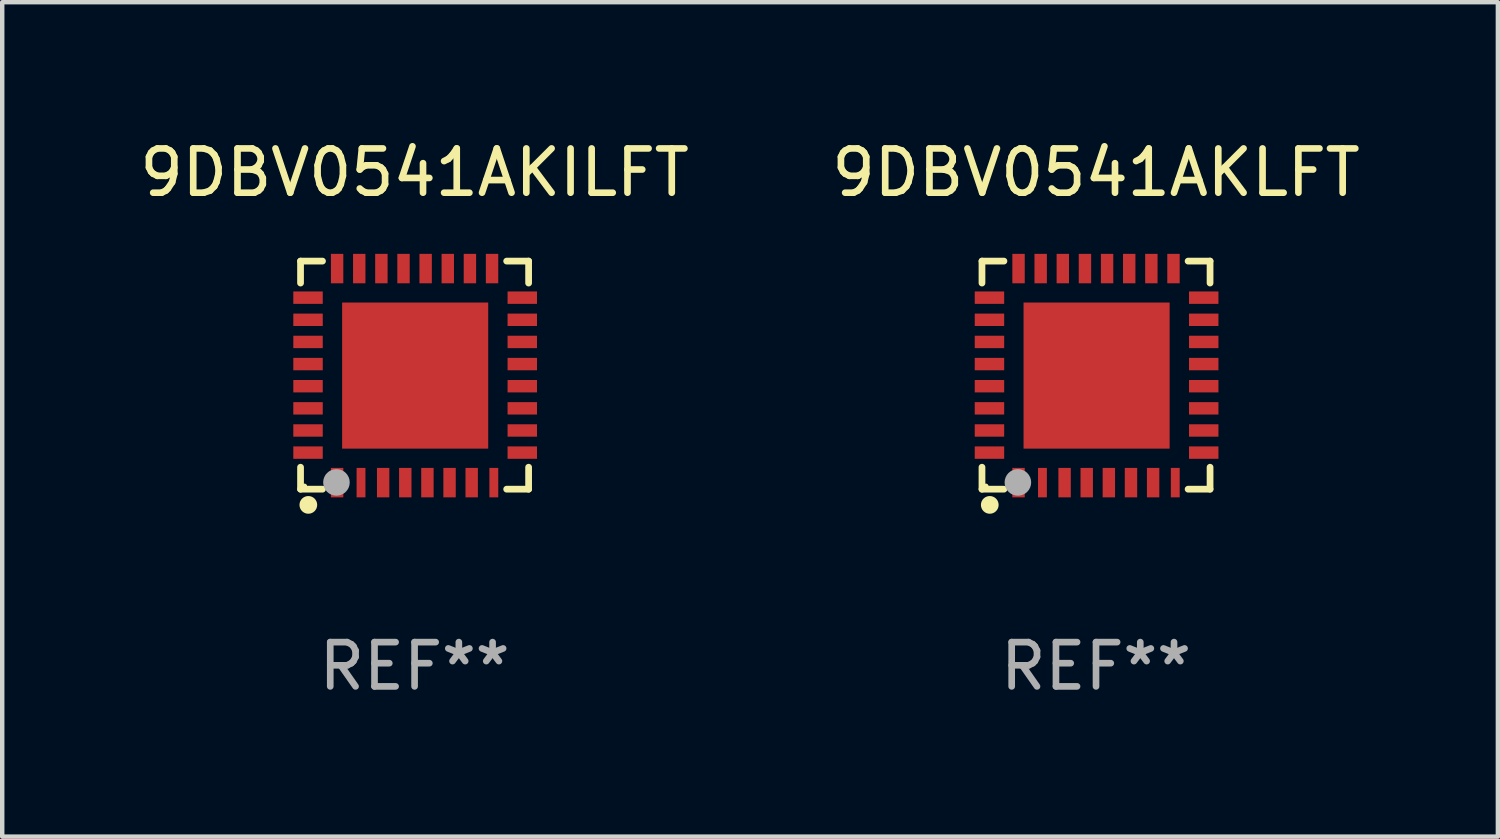
<source format=kicad_pcb>
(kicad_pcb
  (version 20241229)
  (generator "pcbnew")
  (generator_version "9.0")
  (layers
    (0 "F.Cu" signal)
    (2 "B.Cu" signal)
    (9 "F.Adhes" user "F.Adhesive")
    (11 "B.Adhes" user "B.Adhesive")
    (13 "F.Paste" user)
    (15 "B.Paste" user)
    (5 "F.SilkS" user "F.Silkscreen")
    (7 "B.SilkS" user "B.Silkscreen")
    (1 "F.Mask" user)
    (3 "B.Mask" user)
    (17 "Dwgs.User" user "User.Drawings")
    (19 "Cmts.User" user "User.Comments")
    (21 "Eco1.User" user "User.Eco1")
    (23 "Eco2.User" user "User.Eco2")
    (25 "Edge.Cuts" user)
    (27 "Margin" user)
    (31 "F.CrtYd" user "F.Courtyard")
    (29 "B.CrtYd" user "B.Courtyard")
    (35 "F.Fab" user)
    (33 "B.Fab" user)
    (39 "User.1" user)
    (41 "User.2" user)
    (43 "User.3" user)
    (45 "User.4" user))
  (footprint "9DBV0541AKLFT"
    (layer "F.Cu")
    (at 21.708 5.424)
    (property "Reference" "9DBV0541AKLFT" (at 0 -4.576 0) (layer "F.SilkS") (effects (font (size 1 1) (thickness 0.15))))
    (attr through_hole)
    (fp_line (start -2.576 -2.576) (end -2.576 -2.08) (stroke (width 0.152) (type solid)) (layer "F.SilkS"))
    (fp_line (start -2.576 2.576) (end -2.576 2.08) (stroke (width 0.152) (type solid)) (layer "F.SilkS"))
    (fp_line (start -2.08 -2.576) (end -2.576 -2.576) (stroke (width 0.152) (type solid)) (layer "F.SilkS"))
    (fp_line (start -2.08 2.576) (end -2.576 2.576) (stroke (width 0.152) (type solid)) (layer "F.SilkS"))
    (fp_line (start 2.08 -2.576) (end 2.576 -2.576) (stroke (width 0.152) (type solid)) (layer "F.SilkS"))
    (fp_line (start 2.08 2.576) (end 2.576 2.576) (stroke (width 0.152) (type solid)) (layer "F.SilkS"))
    (fp_line (start 2.576 -2.576) (end 2.576 -2.08) (stroke (width 0.152) (type solid)) (layer "F.SilkS"))
    (fp_line (start 2.576 2.576) (end 2.576 2.08) (stroke (width 0.152) (type solid)) (layer "F.SilkS"))
    (fp_circle (center -2.487 2.51) (end -2.457 2.51) (stroke (width 0.06) (type solid)) (fill no) (layer "F.SilkS"))
    (fp_circle (center -2.4 2.931) (end -2.3 2.931) (stroke (width 0.2) (type solid)) (fill no) (layer "F.SilkS"))
    (fp_circle (center -1.765 2.423) (end -1.615 2.423) (stroke (width 0.3) (type solid)) (fill no) (layer "F.Fab"))
    (fp_text user "REF**" (at 0 6.576 0) (layer "F.Fab") (effects (font (size 1 1) (thickness 0.15))))
    (pad "1" smd rect (at -1.75 2.428) (size 0.28 0.665) (layers "F.Cu" "F.Mask" "F.Paste"))
    (pad "2" smd rect (at -1.21 2.428) (size 0.2 0.665) (layers "F.Cu" "F.Mask" "F.Paste"))
    (pad "3" smd rect (at -0.71 2.428) (size 0.28 0.665) (layers "F.Cu" "F.Mask" "F.Paste"))
    (pad "4" smd rect (at -0.21 2.428) (size 0.28 0.665) (layers "F.Cu" "F.Mask" "F.Paste"))
    (pad "5" smd rect (at 0.29 2.428) (size 0.28 0.665) (layers "F.Cu" "F.Mask" "F.Paste"))
    (pad "6" smd rect (at 0.79 2.428) (size 0.28 0.665) (layers "F.Cu" "F.Mask" "F.Paste"))
    (pad "7" smd rect (at 1.29 2.428) (size 0.28 0.665) (layers "F.Cu" "F.Mask" "F.Paste"))
    (pad "8" smd rect (at 1.79 2.428) (size 0.2 0.665) (layers "F.Cu" "F.Mask" "F.Paste"))
    (pad "9" smd rect (at 2.433 1.75) (size 0.665 0.28) (layers "F.Cu" "F.Mask" "F.Paste"))
    (pad "10" smd rect (at 2.433 1.25) (size 0.665 0.28) (layers "F.Cu" "F.Mask" "F.Paste"))
    (pad "11" smd rect (at 2.433 0.75) (size 0.665 0.28) (layers "F.Cu" "F.Mask" "F.Paste"))
    (pad "12" smd rect (at 2.433 0.25) (size 0.665 0.28) (layers "F.Cu" "F.Mask" "F.Paste"))
    (pad "13" smd rect (at 2.433 -0.25) (size 0.665 0.28) (layers "F.Cu" "F.Mask" "F.Paste"))
    (pad "14" smd rect (at 2.433 -0.75) (size 0.665 0.28) (layers "F.Cu" "F.Mask" "F.Paste"))
    (pad "15" smd rect (at 2.433 -1.25) (size 0.665 0.28) (layers "F.Cu" "F.Mask" "F.Paste"))
    (pad "16" smd rect (at 2.433 -1.75) (size 0.665 0.28) (layers "F.Cu" "F.Mask" "F.Paste"))
    (pad "17" smd rect (at 1.75 -2.407) (size 0.28 0.665) (layers "F.Cu" "F.Mask" "F.Paste"))
    (pad "18" smd rect (at 1.25 -2.407) (size 0.28 0.665) (layers "F.Cu" "F.Mask" "F.Paste"))
    (pad "19" smd rect (at 0.75 -2.407) (size 0.28 0.665) (layers "F.Cu" "F.Mask" "F.Paste"))
    (pad "20" smd rect (at 0.25 -2.407) (size 0.28 0.665) (layers "F.Cu" "F.Mask" "F.Paste"))
    (pad "21" smd rect (at -0.25 -2.407) (size 0.28 0.665) (layers "F.Cu" "F.Mask" "F.Paste"))
    (pad "22" smd rect (at -0.75 -2.407) (size 0.28 0.665) (layers "F.Cu" "F.Mask" "F.Paste"))
    (pad "23" smd rect (at -1.25 -2.407) (size 0.28 0.665) (layers "F.Cu" "F.Mask" "F.Paste"))
    (pad "24" smd rect (at -1.75 -2.407) (size 0.28 0.665) (layers "F.Cu" "F.Mask" "F.Paste"))
    (pad "25" smd rect (at -2.407 -1.75) (size 0.665 0.28) (layers "F.Cu" "F.Mask" "F.Paste"))
    (pad "26" smd rect (at -2.407 -1.25) (size 0.665 0.28) (layers "F.Cu" "F.Mask" "F.Paste"))
    (pad "27" smd rect (at -2.407 -0.75) (size 0.665 0.28) (layers "F.Cu" "F.Mask" "F.Paste"))
    (pad "28" smd rect (at -2.407 -0.25) (size 0.665 0.28) (layers "F.Cu" "F.Mask" "F.Paste"))
    (pad "29" smd rect (at -2.407 0.25) (size 0.665 0.28) (layers "F.Cu" "F.Mask" "F.Paste"))
    (pad "30" smd rect (at -2.407 0.75) (size 0.665 0.28) (layers "F.Cu" "F.Mask" "F.Paste"))
    (pad "31" smd rect (at -2.407 1.25) (size 0.665 0.28) (layers "F.Cu" "F.Mask" "F.Paste"))
    (pad "32" smd rect (at -2.407 1.75) (size 0.665 0.28) (layers "F.Cu" "F.Mask" "F.Paste"))
    (pad "33" smd rect (at 0.013 0.01) (size 3.3 3.3) (layers "F.Cu" "F.Mask" "F.Paste")))
  (footprint "9DBV0541AKILFT"
    (layer "F.Cu")
    (at 6.315 5.424)
    (property "Reference" "9DBV0541AKILFT" (at 0 -4.576 0) (layer "F.SilkS") (effects (font (size 1 1) (thickness 0.15))))
    (attr through_hole)
    (fp_line (start -2.576 -2.576) (end -2.576 -2.08) (stroke (width 0.152) (type solid)) (layer "F.SilkS"))
    (fp_line (start -2.576 2.576) (end -2.576 2.08) (stroke (width 0.152) (type solid)) (layer "F.SilkS"))
    (fp_line (start -2.08 -2.576) (end -2.576 -2.576) (stroke (width 0.152) (type solid)) (layer "F.SilkS"))
    (fp_line (start -2.08 2.576) (end -2.576 2.576) (stroke (width 0.152) (type solid)) (layer "F.SilkS"))
    (fp_line (start 2.08 -2.576) (end 2.576 -2.576) (stroke (width 0.152) (type solid)) (layer "F.SilkS"))
    (fp_line (start 2.08 2.576) (end 2.576 2.576) (stroke (width 0.152) (type solid)) (layer "F.SilkS"))
    (fp_line (start 2.576 -2.576) (end 2.576 -2.08) (stroke (width 0.152) (type solid)) (layer "F.SilkS"))
    (fp_line (start 2.576 2.576) (end 2.576 2.08) (stroke (width 0.152) (type solid)) (layer "F.SilkS"))
    (fp_circle (center -2.487 2.51) (end -2.457 2.51) (stroke (width 0.06) (type solid)) (fill no) (layer "F.SilkS"))
    (fp_circle (center -2.4 2.931) (end -2.3 2.931) (stroke (width 0.2) (type solid)) (fill no) (layer "F.SilkS"))
    (fp_circle (center -1.765 2.423) (end -1.615 2.423) (stroke (width 0.3) (type solid)) (fill no) (layer "F.Fab"))
    (fp_text user "REF**" (at 0 6.576 0) (layer "F.Fab") (effects (font (size 1 1) (thickness 0.15))))
    (pad "1" smd rect (at -1.75 2.428) (size 0.28 0.665) (layers "F.Cu" "F.Mask" "F.Paste"))
    (pad "2" smd rect (at -1.21 2.428) (size 0.2 0.665) (layers "F.Cu" "F.Mask" "F.Paste"))
    (pad "3" smd rect (at -0.71 2.428) (size 0.28 0.665) (layers "F.Cu" "F.Mask" "F.Paste"))
    (pad "4" smd rect (at -0.21 2.428) (size 0.28 0.665) (layers "F.Cu" "F.Mask" "F.Paste"))
    (pad "5" smd rect (at 0.29 2.428) (size 0.28 0.665) (layers "F.Cu" "F.Mask" "F.Paste"))
    (pad "6" smd rect (at 0.79 2.428) (size 0.28 0.665) (layers "F.Cu" "F.Mask" "F.Paste"))
    (pad "7" smd rect (at 1.29 2.428) (size 0.28 0.665) (layers "F.Cu" "F.Mask" "F.Paste"))
    (pad "8" smd rect (at 1.79 2.428) (size 0.2 0.665) (layers "F.Cu" "F.Mask" "F.Paste"))
    (pad "9" smd rect (at 2.433 1.75) (size 0.665 0.28) (layers "F.Cu" "F.Mask" "F.Paste"))
    (pad "10" smd rect (at 2.433 1.25) (size 0.665 0.28) (layers "F.Cu" "F.Mask" "F.Paste"))
    (pad "11" smd rect (at 2.433 0.75) (size 0.665 0.28) (layers "F.Cu" "F.Mask" "F.Paste"))
    (pad "12" smd rect (at 2.433 0.25) (size 0.665 0.28) (layers "F.Cu" "F.Mask" "F.Paste"))
    (pad "13" smd rect (at 2.433 -0.25) (size 0.665 0.28) (layers "F.Cu" "F.Mask" "F.Paste"))
    (pad "14" smd rect (at 2.433 -0.75) (size 0.665 0.28) (layers "F.Cu" "F.Mask" "F.Paste"))
    (pad "15" smd rect (at 2.433 -1.25) (size 0.665 0.28) (layers "F.Cu" "F.Mask" "F.Paste"))
    (pad "16" smd rect (at 2.433 -1.75) (size 0.665 0.28) (layers "F.Cu" "F.Mask" "F.Paste"))
    (pad "17" smd rect (at 1.75 -2.407) (size 0.28 0.665) (layers "F.Cu" "F.Mask" "F.Paste"))
    (pad "18" smd rect (at 1.25 -2.407) (size 0.28 0.665) (layers "F.Cu" "F.Mask" "F.Paste"))
    (pad "19" smd rect (at 0.75 -2.407) (size 0.28 0.665) (layers "F.Cu" "F.Mask" "F.Paste"))
    (pad "20" smd rect (at 0.25 -2.407) (size 0.28 0.665) (layers "F.Cu" "F.Mask" "F.Paste"))
    (pad "21" smd rect (at -0.25 -2.407) (size 0.28 0.665) (layers "F.Cu" "F.Mask" "F.Paste"))
    (pad "22" smd rect (at -0.75 -2.407) (size 0.28 0.665) (layers "F.Cu" "F.Mask" "F.Paste"))
    (pad "23" smd rect (at -1.25 -2.407) (size 0.28 0.665) (layers "F.Cu" "F.Mask" "F.Paste"))
    (pad "24" smd rect (at -1.75 -2.407) (size 0.28 0.665) (layers "F.Cu" "F.Mask" "F.Paste"))
    (pad "25" smd rect (at -2.407 -1.75) (size 0.665 0.28) (layers "F.Cu" "F.Mask" "F.Paste"))
    (pad "26" smd rect (at -2.407 -1.25) (size 0.665 0.28) (layers "F.Cu" "F.Mask" "F.Paste"))
    (pad "27" smd rect (at -2.407 -0.75) (size 0.665 0.28) (layers "F.Cu" "F.Mask" "F.Paste"))
    (pad "28" smd rect (at -2.407 -0.25) (size 0.665 0.28) (layers "F.Cu" "F.Mask" "F.Paste"))
    (pad "29" smd rect (at -2.407 0.25) (size 0.665 0.28) (layers "F.Cu" "F.Mask" "F.Paste"))
    (pad "30" smd rect (at -2.407 0.75) (size 0.665 0.28) (layers "F.Cu" "F.Mask" "F.Paste"))
    (pad "31" smd rect (at -2.407 1.25) (size 0.665 0.28) (layers "F.Cu" "F.Mask" "F.Paste"))
    (pad "32" smd rect (at -2.407 1.75) (size 0.665 0.28) (layers "F.Cu" "F.Mask" "F.Paste"))
    (pad "33" smd rect (at 0.013 0.01) (size 3.3 3.3) (layers "F.Cu" "F.Mask" "F.Paste")))
  (gr_rect
    (start -3 -3)
    (end 30.786 15.849)
    (stroke (width 0.1) (type default))
    (fill no)
    (layer "Edge.Cuts")))
</source>
